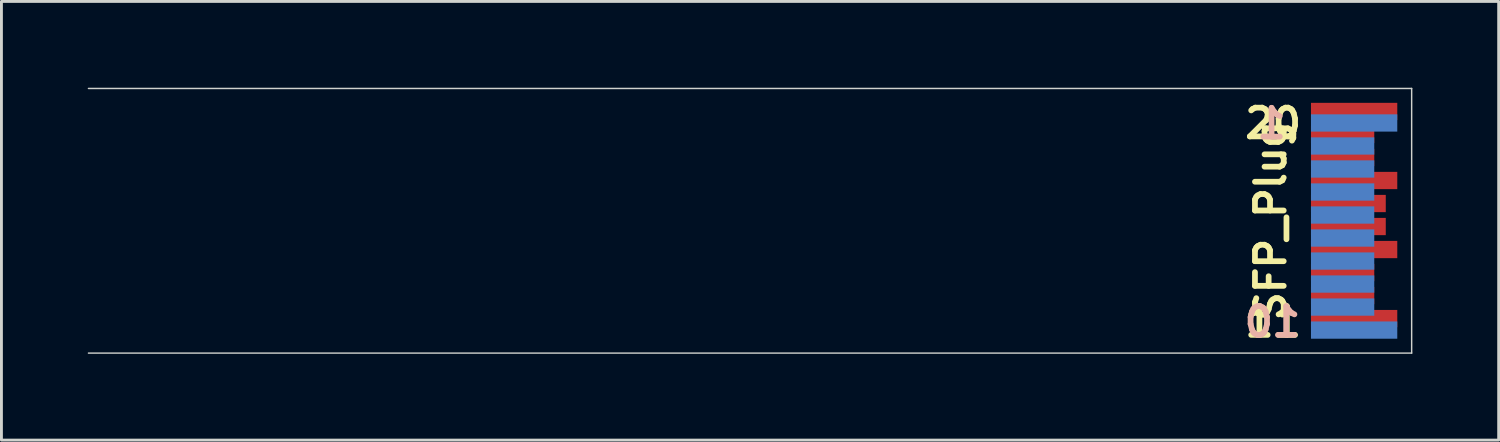
<source format=kicad_pcb>
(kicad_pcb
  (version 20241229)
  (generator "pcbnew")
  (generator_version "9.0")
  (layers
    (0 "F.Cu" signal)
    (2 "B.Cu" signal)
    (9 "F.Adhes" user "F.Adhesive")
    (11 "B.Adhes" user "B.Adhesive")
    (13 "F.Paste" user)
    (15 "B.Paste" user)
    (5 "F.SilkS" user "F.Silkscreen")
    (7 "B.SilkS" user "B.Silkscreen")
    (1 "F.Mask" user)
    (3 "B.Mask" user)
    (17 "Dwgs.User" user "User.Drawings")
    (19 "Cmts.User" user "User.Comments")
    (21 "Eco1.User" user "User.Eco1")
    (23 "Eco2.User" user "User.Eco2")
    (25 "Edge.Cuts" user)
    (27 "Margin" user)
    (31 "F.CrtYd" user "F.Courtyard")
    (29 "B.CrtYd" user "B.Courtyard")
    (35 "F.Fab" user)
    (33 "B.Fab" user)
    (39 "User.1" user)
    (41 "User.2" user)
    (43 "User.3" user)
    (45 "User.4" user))
  (footprint "SFP_Plug"
    (layer "F.Cu")
    (at 42.525 4.625)
    (property "Reference" "SFP_Plug" (at -1.4 0 90) (unlocked yes) (layer "F.SilkS") (effects (font (size 1 1) (thickness 0.2) (bold yes))))
    (attr smd exclude_from_pos_files exclude_from_bom)
    (fp_line (start 3.5 -4.6) (end -42.5 -4.6) (stroke (width 0.05) (type default)) (layer "Edge.Cuts"))
    (fp_line (start 3.5 4.6) (end -42.5 4.6) (stroke (width 0.05) (type default)) (layer "Edge.Cuts"))
    (fp_line (start 3.5 4.6) (end 3.5 -4.6) (stroke (width 0.05) (type default)) (layer "Edge.Cuts"))
    (fp_text user "20" (at -2.4 -2.8 0) (unlocked yes) (layer "F.SilkS") (effects (font (size 1 1) (thickness 0.2) (bold yes)) (justify left bottom)))
    (fp_text user "11" (at -2.4 4.1 0) (unlocked yes) (layer "F.SilkS") (effects (font (size 1 1) (thickness 0.2) (bold yes)) (justify left bottom)))
    (fp_text user "10" (at -0.254 4.1 0) (unlocked yes) (layer "B.SilkS") (effects (font (size 1 1) (thickness 0.2) (bold yes)) (justify left bottom mirror)))
    (fp_text user "1" (at -0.762 -2.794 0) (unlocked yes) (layer "B.SilkS") (effects (font (size 1 1) (thickness 0.2) (bold yes)) (justify left bottom mirror)))
    (pad "1" smd rect (at 1.5 -3.4) (size 3 0.6) (layers "B.Cu" "B.Mask"))
    (pad "2" smd rect (at 1.1 -2.6) (size 2.2 0.6) (layers "B.Cu" "B.Mask"))
    (pad "3" smd rect (at 1.1 -1.8) (size 2.2 0.6) (layers "B.Cu" "B.Mask"))
    (pad "4" smd rect (at 1.1 -1) (size 2.2 0.6) (layers "B.Cu" "B.Mask"))
    (pad "5" smd rect (at 1.1 -0.2) (size 2.2 0.6) (layers "B.Cu" "B.Mask"))
    (pad "6" smd rect (at 1.1 0.6) (size 2.2 0.6) (layers "B.Cu" "B.Mask"))
    (pad "7" smd rect (at 1.1 1.4) (size 2.2 0.6) (layers "B.Cu" "B.Mask"))
    (pad "8" smd rect (at 1.1 2.2) (size 2.2 0.6) (layers "B.Cu" "B.Mask"))
    (pad "9" smd rect (at 1.1 3) (size 2.2 0.6) (layers "B.Cu" "B.Mask"))
    (pad "10" smd rect (at 1.5 3.8) (size 3 0.6) (layers "B.Cu" "B.Mask"))
    (pad "11" smd rect (at 1.5 3.4) (size 3 0.6) (layers "F.Cu" "F.Mask"))
    (pad "12" smd rect (at 1.1 2.6) (size 2.2 0.6) (layers "F.Cu" "F.Mask"))
    (pad "13" smd rect (at 1.1 1.8) (size 2.2 0.6) (layers "F.Cu" "F.Mask"))
    (pad "14" smd rect (at 1.5 1) (size 3 0.6) (layers "F.Cu" "F.Mask"))
    (pad "15" smd rect (at 1.3 0.2) (size 2.6 0.6) (layers "F.Cu" "F.Mask"))
    (pad "16" smd rect (at 1.3 -0.6) (size 2.6 0.6) (layers "F.Cu" "F.Mask"))
    (pad "17" smd rect (at 1.5 -1.4) (size 3 0.6) (layers "F.Cu" "F.Mask"))
    (pad "18" smd rect (at 1.1 -2.2) (size 2.2 0.6) (layers "F.Cu" "F.Mask"))
    (pad "19" smd rect (at 1.1 -3) (size 2.2 0.6) (layers "F.Cu" "F.Mask"))
    (pad "20" smd rect (at 1.5 -3.8) (size 3 0.6) (layers "F.Cu" "F.Mask")))
  (gr_rect
    (start -3 -3)
    (end 49.05 12.25)
    (stroke (width 0.1) (type default))
    (fill no)
    (layer "Edge.Cuts")))
</source>
